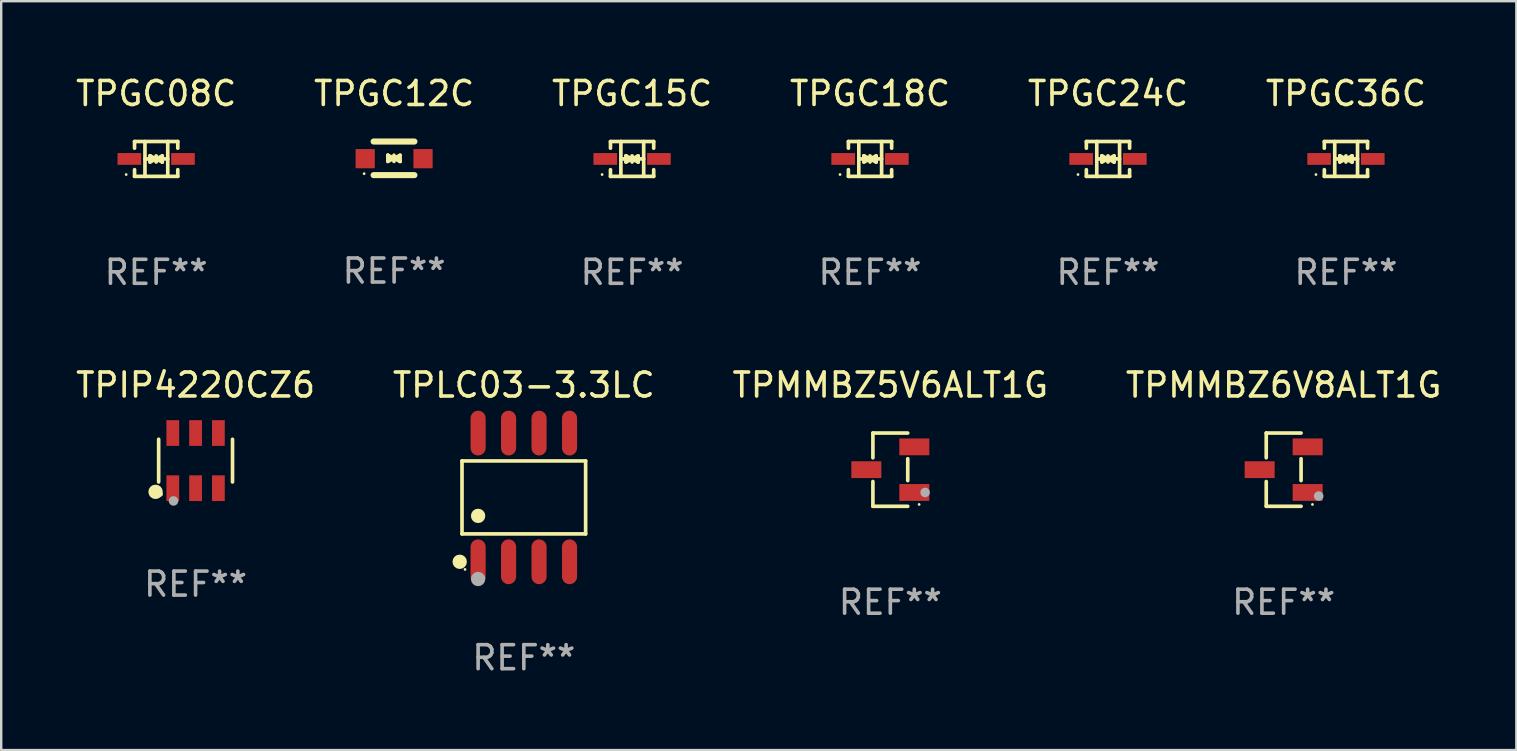
<source format=kicad_pcb>
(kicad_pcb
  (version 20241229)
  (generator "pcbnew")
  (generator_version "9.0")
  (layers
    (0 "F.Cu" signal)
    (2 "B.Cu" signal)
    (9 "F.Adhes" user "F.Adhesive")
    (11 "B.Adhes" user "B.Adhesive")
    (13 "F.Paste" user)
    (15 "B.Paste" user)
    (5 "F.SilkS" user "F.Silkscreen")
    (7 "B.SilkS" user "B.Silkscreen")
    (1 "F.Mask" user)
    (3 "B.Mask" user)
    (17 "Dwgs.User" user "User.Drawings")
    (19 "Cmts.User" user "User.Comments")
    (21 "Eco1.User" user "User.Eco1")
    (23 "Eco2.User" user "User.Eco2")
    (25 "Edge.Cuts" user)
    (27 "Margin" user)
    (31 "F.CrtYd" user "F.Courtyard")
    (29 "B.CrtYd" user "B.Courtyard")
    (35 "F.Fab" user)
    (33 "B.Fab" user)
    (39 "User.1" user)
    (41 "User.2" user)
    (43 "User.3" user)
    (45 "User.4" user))
  (footprint "TPGC36C"
    (layer "F.Cu")
    (at 53.042 3.574)
    (property "Reference" "TPGC36C" (at 0 -2.726 0) (layer "F.SilkS") (effects (font (size 1 1) (thickness 0.15))))
    (attr through_hole)
    (fp_line (start -0.901 -0.726) (end -0.901 -0.448) (stroke (width 0.152) (type solid)) (layer "F.SilkS"))
    (fp_line (start -0.901 0.726) (end -0.901 0.448) (stroke (width 0.152) (type solid)) (layer "F.SilkS"))
    (fp_line (start -0.467 0) (end 0.483 -0.003) (stroke (width 0.154) (type solid)) (layer "F.SilkS"))
    (fp_line (start -0.467 0.726) (end -0.467 -0.726) (stroke (width 0.152) (type solid)) (layer "F.SilkS"))
    (fp_line (start -0.254 -0.127) (end -0.254 -0.127) (stroke (width 0.154) (type solid)) (layer "F.SilkS"))
    (fp_line (start -0.254 -0.127) (end -0.002 -0.003) (stroke (width 0.154) (type solid)) (layer "F.SilkS"))
    (fp_line (start -0.254 0.127) (end -0.254 -0.127) (stroke (width 0.154) (type solid)) (layer "F.SilkS"))
    (fp_line (start -0.127 0) (end 0.003 0) (stroke (width 0.154) (type solid)) (layer "F.SilkS"))
    (fp_line (start -0.003 0) (end -0.254 0.127) (stroke (width 0.154) (type solid)) (layer "F.SilkS"))
    (fp_line (start 0 -0.127) (end 0 0.127) (stroke (width 0.154) (type solid)) (layer "F.SilkS"))
    (fp_line (start 0.003 0) (end 0.254 -0.127) (stroke (width 0.154) (type solid)) (layer "F.SilkS"))
    (fp_line (start 0.127 0) (end -0.003 0) (stroke (width 0.154) (type solid)) (layer "F.SilkS"))
    (fp_line (start 0.254 -0.127) (end 0.254 0.127) (stroke (width 0.154) (type solid)) (layer "F.SilkS"))
    (fp_line (start 0.254 0.127) (end 0.002 0.003) (stroke (width 0.154) (type solid)) (layer "F.SilkS"))
    (fp_line (start 0.254 0.127) (end 0.254 0.127) (stroke (width 0.154) (type solid)) (layer "F.SilkS"))
    (fp_line (start 0.483 0.726) (end 0.483 -0.726) (stroke (width 0.152) (type solid)) (layer "F.SilkS"))
    (fp_line (start 0.901 -0.726) (end -0.901 -0.726) (stroke (width 0.152) (type solid)) (layer "F.SilkS"))
    (fp_line (start 0.901 -0.726) (end 0.901 -0.448) (stroke (width 0.152) (type solid)) (layer "F.SilkS"))
    (fp_line (start 0.901 0.726) (end -0.901 0.726) (stroke (width 0.152) (type solid)) (layer "F.SilkS"))
    (fp_line (start 0.901 0.726) (end 0.901 0.448) (stroke (width 0.152) (type solid)) (layer "F.SilkS"))
    (fp_circle (center -1.25 0.65) (end -1.22 0.65) (stroke (width 0.06) (type solid)) (fill no) (layer "F.SilkS"))
    (fp_text user "REF**" (at 0 4.726 0) (layer "F.Fab") (effects (font (size 1 1) (thickness 0.15))))
    (pad "1" smd rect (at -1.118 0) (size 0.985 0.49) (layers "F.Cu" "F.Mask" "F.Paste"))
    (pad "2" smd rect (at 1.118 0) (size 0.985 0.49) (layers "F.Cu" "F.Mask" "F.Paste")))
  (footprint "TPLC03-3.3LC"
    (layer "F.Cu")
    (at 18.78 17.68)
    (property "Reference" "TPLC03-3.3LC" (at 0 -4.682 0) (layer "F.SilkS") (effects (font (size 1 1) (thickness 0.15))))
    (attr through_hole)
    (fp_line (start -2.576 -1.521) (end 2.576 -1.521) (stroke (width 0.152) (type solid)) (layer "F.SilkS"))
    (fp_line (start -2.576 1.521) (end -2.576 -1.521) (stroke (width 0.152) (type solid)) (layer "F.SilkS"))
    (fp_line (start 2.576 -1.521) (end 2.576 1.521) (stroke (width 0.152) (type solid)) (layer "F.SilkS"))
    (fp_line (start 2.576 1.521) (end -2.576 1.521) (stroke (width 0.152) (type solid)) (layer "F.SilkS"))
    (fp_circle (center -2.672 2.682) (end -2.522 2.682) (stroke (width 0.3) (type solid)) (fill no) (layer "F.SilkS"))
    (fp_circle (center -2.45 3) (end -2.42 3) (stroke (width 0.06) (type solid)) (fill no) (layer "F.SilkS"))
    (fp_circle (center -1.905 0.769) (end -1.755 0.769) (stroke (width 0.3) (type solid)) (fill no) (layer "F.SilkS"))
    (fp_circle (center -1.905 3.4) (end -1.755 3.4) (stroke (width 0.3) (type solid)) (fill no) (layer "F.Fab"))
    (fp_text user "REF**" (at 0 6.682 0) (layer "F.Fab") (effects (font (size 1 1) (thickness 0.15))))
    (pad "1" smd oval (at -1.905 2.682) (size 0.63 1.865) (layers "F.Cu" "F.Mask" "F.Paste"))
    (pad "2" smd oval (at -0.635 2.682) (size 0.63 1.865) (layers "F.Cu" "F.Mask" "F.Paste"))
    (pad "3" smd oval (at 0.635 2.682) (size 0.63 1.865) (layers "F.Cu" "F.Mask" "F.Paste"))
    (pad "4" smd oval (at 1.905 2.682) (size 0.63 1.865) (layers "F.Cu" "F.Mask" "F.Paste"))
    (pad "5" smd oval (at 1.905 -2.682) (size 0.63 1.865) (layers "F.Cu" "F.Mask" "F.Paste"))
    (pad "6" smd oval (at 0.635 -2.682) (size 0.63 1.865) (layers "F.Cu" "F.Mask" "F.Paste"))
    (pad "7" smd oval (at -0.635 -2.682) (size 0.63 1.865) (layers "F.Cu" "F.Mask" "F.Paste"))
    (pad "8" smd oval (at -1.905 -2.682) (size 0.63 1.865) (layers "F.Cu" "F.Mask" "F.Paste")))
  (footprint "TPGC24C"
    (layer "F.Cu")
    (at 43.125 3.574)
    (property "Reference" "TPGC24C" (at 0 -2.726 0) (layer "F.SilkS") (effects (font (size 1 1) (thickness 0.15))))
    (attr through_hole)
    (fp_line (start -0.901 -0.726) (end -0.901 -0.448) (stroke (width 0.152) (type solid)) (layer "F.SilkS"))
    (fp_line (start -0.901 0.726) (end -0.901 0.448) (stroke (width 0.152) (type solid)) (layer "F.SilkS"))
    (fp_line (start -0.467 0) (end 0.483 -0.003) (stroke (width 0.154) (type solid)) (layer "F.SilkS"))
    (fp_line (start -0.467 0.726) (end -0.467 -0.726) (stroke (width 0.152) (type solid)) (layer "F.SilkS"))
    (fp_line (start -0.254 -0.127) (end -0.254 -0.127) (stroke (width 0.154) (type solid)) (layer "F.SilkS"))
    (fp_line (start -0.254 -0.127) (end -0.002 -0.003) (stroke (width 0.154) (type solid)) (layer "F.SilkS"))
    (fp_line (start -0.254 0.127) (end -0.254 -0.127) (stroke (width 0.154) (type solid)) (layer "F.SilkS"))
    (fp_line (start -0.127 0) (end 0.003 0) (stroke (width 0.154) (type solid)) (layer "F.SilkS"))
    (fp_line (start -0.003 0) (end -0.254 0.127) (stroke (width 0.154) (type solid)) (layer "F.SilkS"))
    (fp_line (start 0 -0.127) (end 0 0.127) (stroke (width 0.154) (type solid)) (layer "F.SilkS"))
    (fp_line (start 0.003 0) (end 0.254 -0.127) (stroke (width 0.154) (type solid)) (layer "F.SilkS"))
    (fp_line (start 0.127 0) (end -0.003 0) (stroke (width 0.154) (type solid)) (layer "F.SilkS"))
    (fp_line (start 0.254 -0.127) (end 0.254 0.127) (stroke (width 0.154) (type solid)) (layer "F.SilkS"))
    (fp_line (start 0.254 0.127) (end 0.002 0.003) (stroke (width 0.154) (type solid)) (layer "F.SilkS"))
    (fp_line (start 0.254 0.127) (end 0.254 0.127) (stroke (width 0.154) (type solid)) (layer "F.SilkS"))
    (fp_line (start 0.483 0.726) (end 0.483 -0.726) (stroke (width 0.152) (type solid)) (layer "F.SilkS"))
    (fp_line (start 0.901 -0.726) (end -0.901 -0.726) (stroke (width 0.152) (type solid)) (layer "F.SilkS"))
    (fp_line (start 0.901 -0.726) (end 0.901 -0.448) (stroke (width 0.152) (type solid)) (layer "F.SilkS"))
    (fp_line (start 0.901 0.726) (end -0.901 0.726) (stroke (width 0.152) (type solid)) (layer "F.SilkS"))
    (fp_line (start 0.901 0.726) (end 0.901 0.448) (stroke (width 0.152) (type solid)) (layer "F.SilkS"))
    (fp_circle (center -1.25 0.65) (end -1.22 0.65) (stroke (width 0.06) (type solid)) (fill no) (layer "F.SilkS"))
    (fp_text user "REF**" (at 0 4.726 0) (layer "F.Fab") (effects (font (size 1 1) (thickness 0.15))))
    (pad "1" smd rect (at -1.118 0) (size 0.985 0.49) (layers "F.Cu" "F.Mask" "F.Paste"))
    (pad "2" smd rect (at 1.118 0) (size 0.985 0.49) (layers "F.Cu" "F.Mask" "F.Paste")))
  (footprint "TPGC18C"
    (layer "F.Cu")
    (at 33.208 3.574)
    (property "Reference" "TPGC18C" (at 0 -2.726 0) (layer "F.SilkS") (effects (font (size 1 1) (thickness 0.15))))
    (attr through_hole)
    (fp_line (start -0.901 -0.726) (end -0.901 -0.448) (stroke (width 0.152) (type solid)) (layer "F.SilkS"))
    (fp_line (start -0.901 0.726) (end -0.901 0.448) (stroke (width 0.152) (type solid)) (layer "F.SilkS"))
    (fp_line (start -0.467 0) (end 0.483 -0.003) (stroke (width 0.154) (type solid)) (layer "F.SilkS"))
    (fp_line (start -0.467 0.726) (end -0.467 -0.726) (stroke (width 0.152) (type solid)) (layer "F.SilkS"))
    (fp_line (start -0.254 -0.127) (end -0.254 -0.127) (stroke (width 0.154) (type solid)) (layer "F.SilkS"))
    (fp_line (start -0.254 -0.127) (end -0.002 -0.003) (stroke (width 0.154) (type solid)) (layer "F.SilkS"))
    (fp_line (start -0.254 0.127) (end -0.254 -0.127) (stroke (width 0.154) (type solid)) (layer "F.SilkS"))
    (fp_line (start -0.127 0) (end 0.003 0) (stroke (width 0.154) (type solid)) (layer "F.SilkS"))
    (fp_line (start -0.003 0) (end -0.254 0.127) (stroke (width 0.154) (type solid)) (layer "F.SilkS"))
    (fp_line (start 0 -0.127) (end 0 0.127) (stroke (width 0.154) (type solid)) (layer "F.SilkS"))
    (fp_line (start 0.003 0) (end 0.254 -0.127) (stroke (width 0.154) (type solid)) (layer "F.SilkS"))
    (fp_line (start 0.127 0) (end -0.003 0) (stroke (width 0.154) (type solid)) (layer "F.SilkS"))
    (fp_line (start 0.254 -0.127) (end 0.254 0.127) (stroke (width 0.154) (type solid)) (layer "F.SilkS"))
    (fp_line (start 0.254 0.127) (end 0.002 0.003) (stroke (width 0.154) (type solid)) (layer "F.SilkS"))
    (fp_line (start 0.254 0.127) (end 0.254 0.127) (stroke (width 0.154) (type solid)) (layer "F.SilkS"))
    (fp_line (start 0.483 0.726) (end 0.483 -0.726) (stroke (width 0.152) (type solid)) (layer "F.SilkS"))
    (fp_line (start 0.901 -0.726) (end -0.901 -0.726) (stroke (width 0.152) (type solid)) (layer "F.SilkS"))
    (fp_line (start 0.901 -0.726) (end 0.901 -0.448) (stroke (width 0.152) (type solid)) (layer "F.SilkS"))
    (fp_line (start 0.901 0.726) (end -0.901 0.726) (stroke (width 0.152) (type solid)) (layer "F.SilkS"))
    (fp_line (start 0.901 0.726) (end 0.901 0.448) (stroke (width 0.152) (type solid)) (layer "F.SilkS"))
    (fp_circle (center -1.25 0.65) (end -1.22 0.65) (stroke (width 0.06) (type solid)) (fill no) (layer "F.SilkS"))
    (fp_text user "REF**" (at 0 4.726 0) (layer "F.Fab") (effects (font (size 1 1) (thickness 0.15))))
    (pad "1" smd rect (at -1.118 0) (size 0.985 0.49) (layers "F.Cu" "F.Mask" "F.Paste"))
    (pad "2" smd rect (at 1.118 0) (size 0.985 0.49) (layers "F.Cu" "F.Mask" "F.Paste")))
  (footprint "TPIP4220CZ6"
    (layer "F.Cu")
    (at 5.101 16.146)
    (property "Reference" "TPIP4220CZ6" (at 0 -3.149 0) (layer "F.SilkS") (effects (font (size 1 1) (thickness 0.15))))
    (attr through_hole)
    (fp_line (start -1.539 0.889) (end -1.539 -0.889) (stroke (width 0.152) (type solid)) (layer "F.SilkS"))
    (fp_line (start 1.539 0.889) (end 1.539 -0.889) (stroke (width 0.152) (type solid)) (layer "F.SilkS"))
    (fp_circle (center -1.668 1.301) (end -1.518 1.301) (stroke (width 0.3) (type solid)) (fill no) (layer "F.SilkS"))
    (fp_circle (center -1.463 1.4) (end -1.413 1.4) (stroke (width 0.1) (type solid)) (fill no) (layer "F.SilkS"))
    (fp_circle (center -0.92 1.68) (end -0.82 1.68) (stroke (width 0.2) (type solid)) (fill no) (layer "F.Fab"))
    (fp_text user "REF**" (at 0 5.149 0) (layer "F.Fab") (effects (font (size 1 1) (thickness 0.15))))
    (pad "1" smd rect (at -0.95 1.149) (size 0.532 1.072) (layers "F.Cu" "F.Mask" "F.Paste"))
    (pad "2" smd rect (at 0 1.149) (size 0.532 1.072) (layers "F.Cu" "F.Mask" "F.Paste"))
    (pad "3" smd rect (at 0.95 1.149) (size 0.532 1.072) (layers "F.Cu" "F.Mask" "F.Paste"))
    (pad "4" smd rect (at 0.95 -1.149) (size 0.532 1.072) (layers "F.Cu" "F.Mask" "F.Paste"))
    (pad "5" smd rect (at 0 -1.149) (size 0.532 1.072) (layers "F.Cu" "F.Mask" "F.Paste"))
    (pad "6" smd rect (at -0.95 -1.149) (size 0.532 1.072) (layers "F.Cu" "F.Mask" "F.Paste")))
  (footprint "TPGC15C"
    (layer "F.Cu")
    (at 23.292 3.574)
    (property "Reference" "TPGC15C" (at 0 -2.726 0) (layer "F.SilkS") (effects (font (size 1 1) (thickness 0.15))))
    (attr through_hole)
    (fp_line (start -0.901 -0.726) (end -0.901 -0.448) (stroke (width 0.152) (type solid)) (layer "F.SilkS"))
    (fp_line (start -0.901 0.726) (end -0.901 0.448) (stroke (width 0.152) (type solid)) (layer "F.SilkS"))
    (fp_line (start -0.467 0) (end 0.483 -0.003) (stroke (width 0.154) (type solid)) (layer "F.SilkS"))
    (fp_line (start -0.467 0.726) (end -0.467 -0.726) (stroke (width 0.152) (type solid)) (layer "F.SilkS"))
    (fp_line (start -0.254 -0.127) (end -0.254 -0.127) (stroke (width 0.154) (type solid)) (layer "F.SilkS"))
    (fp_line (start -0.254 -0.127) (end -0.002 -0.003) (stroke (width 0.154) (type solid)) (layer "F.SilkS"))
    (fp_line (start -0.254 0.127) (end -0.254 -0.127) (stroke (width 0.154) (type solid)) (layer "F.SilkS"))
    (fp_line (start -0.127 0) (end 0.003 0) (stroke (width 0.154) (type solid)) (layer "F.SilkS"))
    (fp_line (start -0.003 0) (end -0.254 0.127) (stroke (width 0.154) (type solid)) (layer "F.SilkS"))
    (fp_line (start 0 -0.127) (end 0 0.127) (stroke (width 0.154) (type solid)) (layer "F.SilkS"))
    (fp_line (start 0.003 0) (end 0.254 -0.127) (stroke (width 0.154) (type solid)) (layer "F.SilkS"))
    (fp_line (start 0.127 0) (end -0.003 0) (stroke (width 0.154) (type solid)) (layer "F.SilkS"))
    (fp_line (start 0.254 -0.127) (end 0.254 0.127) (stroke (width 0.154) (type solid)) (layer "F.SilkS"))
    (fp_line (start 0.254 0.127) (end 0.002 0.003) (stroke (width 0.154) (type solid)) (layer "F.SilkS"))
    (fp_line (start 0.254 0.127) (end 0.254 0.127) (stroke (width 0.154) (type solid)) (layer "F.SilkS"))
    (fp_line (start 0.483 0.726) (end 0.483 -0.726) (stroke (width 0.152) (type solid)) (layer "F.SilkS"))
    (fp_line (start 0.901 -0.726) (end -0.901 -0.726) (stroke (width 0.152) (type solid)) (layer "F.SilkS"))
    (fp_line (start 0.901 -0.726) (end 0.901 -0.448) (stroke (width 0.152) (type solid)) (layer "F.SilkS"))
    (fp_line (start 0.901 0.726) (end -0.901 0.726) (stroke (width 0.152) (type solid)) (layer "F.SilkS"))
    (fp_line (start 0.901 0.726) (end 0.901 0.448) (stroke (width 0.152) (type solid)) (layer "F.SilkS"))
    (fp_circle (center -1.25 0.65) (end -1.22 0.65) (stroke (width 0.06) (type solid)) (fill no) (layer "F.SilkS"))
    (fp_text user "REF**" (at 0 4.726 0) (layer "F.Fab") (effects (font (size 1 1) (thickness 0.15))))
    (pad "1" smd rect (at -1.118 0) (size 0.985 0.49) (layers "F.Cu" "F.Mask" "F.Paste"))
    (pad "2" smd rect (at 1.118 0) (size 0.985 0.49) (layers "F.Cu" "F.Mask" "F.Paste")))
  (footprint "TPMMBZ6V8ALT1G"
    (layer "F.Cu")
    (at 50.446 16.523)
    (property "Reference" "TPMMBZ6V8ALT1G" (at 0 -3.526 0) (layer "F.SilkS") (effects (font (size 1 1) (thickness 0.15))))
    (attr through_hole)
    (fp_line (start -0.726 -1.526) (end -0.726 -0.495) (stroke (width 0.152) (type solid)) (layer "F.SilkS"))
    (fp_line (start -0.726 1.526) (end -0.726 0.495) (stroke (width 0.152) (type solid)) (layer "F.SilkS"))
    (fp_line (start 0.726 -1.526) (end -0.726 -1.526) (stroke (width 0.152) (type solid)) (layer "F.SilkS"))
    (fp_line (start 0.726 -0.455) (end 0.726 0.455) (stroke (width 0.152) (type solid)) (layer "F.SilkS"))
    (fp_line (start 0.726 1.526) (end -0.726 1.526) (stroke (width 0.152) (type solid)) (layer "F.SilkS"))
    (fp_circle (center 1.2 1.45) (end 1.23 1.45) (stroke (width 0.06) (type solid)) (fill no) (layer "F.SilkS"))
    (fp_circle (center 1.46 1.1) (end 1.56 1.1) (stroke (width 0.2) (type solid)) (fill no) (layer "F.Fab"))
    (fp_text user "REF**" (at 0 5.526 0) (layer "F.Fab") (effects (font (size 1 1) (thickness 0.15))))
    (pad "1" smd rect (at 1 0.95) (size 1.25 0.7) (layers "F.Cu" "F.Mask" "F.Paste"))
    (pad "2" smd rect (at 1 -0.95) (size 1.25 0.7) (layers "F.Cu" "F.Mask" "F.Paste"))
    (pad "3" smd rect (at -1 0) (size 1.25 0.7) (layers "F.Cu" "F.Mask" "F.Paste")))
  (footprint "TPGC08C"
    (layer "F.Cu")
    (at 3.458 3.574)
    (property "Reference" "TPGC08C" (at 0 -2.726 0) (layer "F.SilkS") (effects (font (size 1 1) (thickness 0.15))))
    (attr through_hole)
    (fp_line (start -0.901 -0.726) (end -0.901 -0.448) (stroke (width 0.152) (type solid)) (layer "F.SilkS"))
    (fp_line (start -0.901 0.726) (end -0.901 0.448) (stroke (width 0.152) (type solid)) (layer "F.SilkS"))
    (fp_line (start -0.467 0) (end 0.483 -0.003) (stroke (width 0.154) (type solid)) (layer "F.SilkS"))
    (fp_line (start -0.467 0.726) (end -0.467 -0.726) (stroke (width 0.152) (type solid)) (layer "F.SilkS"))
    (fp_line (start -0.254 -0.127) (end -0.254 -0.127) (stroke (width 0.154) (type solid)) (layer "F.SilkS"))
    (fp_line (start -0.254 -0.127) (end -0.002 -0.003) (stroke (width 0.154) (type solid)) (layer "F.SilkS"))
    (fp_line (start -0.254 0.127) (end -0.254 -0.127) (stroke (width 0.154) (type solid)) (layer "F.SilkS"))
    (fp_line (start -0.127 0) (end 0.003 0) (stroke (width 0.154) (type solid)) (layer "F.SilkS"))
    (fp_line (start -0.003 0) (end -0.254 0.127) (stroke (width 0.154) (type solid)) (layer "F.SilkS"))
    (fp_line (start 0 -0.127) (end 0 0.127) (stroke (width 0.154) (type solid)) (layer "F.SilkS"))
    (fp_line (start 0.003 0) (end 0.254 -0.127) (stroke (width 0.154) (type solid)) (layer "F.SilkS"))
    (fp_line (start 0.127 0) (end -0.003 0) (stroke (width 0.154) (type solid)) (layer "F.SilkS"))
    (fp_line (start 0.254 -0.127) (end 0.254 0.127) (stroke (width 0.154) (type solid)) (layer "F.SilkS"))
    (fp_line (start 0.254 0.127) (end 0.002 0.003) (stroke (width 0.154) (type solid)) (layer "F.SilkS"))
    (fp_line (start 0.254 0.127) (end 0.254 0.127) (stroke (width 0.154) (type solid)) (layer "F.SilkS"))
    (fp_line (start 0.483 0.726) (end 0.483 -0.726) (stroke (width 0.152) (type solid)) (layer "F.SilkS"))
    (fp_line (start 0.901 -0.726) (end -0.901 -0.726) (stroke (width 0.152) (type solid)) (layer "F.SilkS"))
    (fp_line (start 0.901 -0.726) (end 0.901 -0.448) (stroke (width 0.152) (type solid)) (layer "F.SilkS"))
    (fp_line (start 0.901 0.726) (end -0.901 0.726) (stroke (width 0.152) (type solid)) (layer "F.SilkS"))
    (fp_line (start 0.901 0.726) (end 0.901 0.448) (stroke (width 0.152) (type solid)) (layer "F.SilkS"))
    (fp_circle (center -1.25 0.65) (end -1.22 0.65) (stroke (width 0.06) (type solid)) (fill no) (layer "F.SilkS"))
    (fp_text user "REF**" (at 0 4.726 0) (layer "F.Fab") (effects (font (size 1 1) (thickness 0.15))))
    (pad "1" smd rect (at -1.118 0) (size 0.985 0.49) (layers "F.Cu" "F.Mask" "F.Paste"))
    (pad "2" smd rect (at 1.118 0) (size 0.985 0.49) (layers "F.Cu" "F.Mask" "F.Paste")))
  (footprint "TPGC12C"
    (layer "F.Cu")
    (at 13.375 3.548)
    (property "Reference" "TPGC12C" (at 0 -2.7 0) (layer "F.SilkS") (effects (font (size 1 1) (thickness 0.15))))
    (attr through_hole)
    (fp_line (start -0.855 -0.7) (end 0.845 -0.7) (stroke (width 0.254) (type solid)) (layer "F.SilkS"))
    (fp_line (start -0.855 0.7) (end 0.845 0.7) (stroke (width 0.254) (type solid)) (layer "F.SilkS"))
    (fp_line (start -0.26 -0.127) (end -0.26 -0.127) (stroke (width 0.154) (type solid)) (layer "F.SilkS"))
    (fp_line (start -0.26 -0.127) (end -0.008 -0.003) (stroke (width 0.154) (type solid)) (layer "F.SilkS"))
    (fp_line (start -0.26 0.127) (end -0.26 -0.127) (stroke (width 0.154) (type solid)) (layer "F.SilkS"))
    (fp_line (start -0.133 0.000483) (end -0.003 0.000483) (stroke (width 0.154) (type solid)) (layer "F.SilkS"))
    (fp_line (start -0.009 0.000483) (end -0.26 0.127) (stroke (width 0.154) (type solid)) (layer "F.SilkS"))
    (fp_line (start -0.006 -0.127) (end -0.006 0.127) (stroke (width 0.154) (type solid)) (layer "F.SilkS"))
    (fp_line (start -0.003 0.000483) (end 0.248 -0.127) (stroke (width 0.154) (type solid)) (layer "F.SilkS"))
    (fp_line (start 0.121 0.000483) (end -0.009 0.000483) (stroke (width 0.154) (type solid)) (layer "F.SilkS"))
    (fp_line (start 0.248 -0.127) (end 0.248 0.127) (stroke (width 0.154) (type solid)) (layer "F.SilkS"))
    (fp_line (start 0.248 0.127) (end -0.004 0.004) (stroke (width 0.154) (type solid)) (layer "F.SilkS"))
    (fp_line (start 0.248 0.127) (end 0.248 0.127) (stroke (width 0.154) (type solid)) (layer "F.SilkS"))
    (fp_circle (center -1.25 0.64) (end -1.22 0.64) (stroke (width 0.06) (type solid)) (fill no) (layer "F.SilkS"))
    (fp_text user "REF**" (at 0 4.7 0) (layer "F.Fab") (effects (font (size 1 1) (thickness 0.15))))
    (pad "1" smd rect (at -1.205 0.015) (size 0.8 0.8) (layers "F.Cu" "F.Mask" "F.Paste"))
    (pad "2" smd rect (at 1.205 0.015) (size 0.8 0.8) (layers "F.Cu" "F.Mask" "F.Paste")))
  (footprint "TPMMBZ5V6ALT1G"
    (layer "F.Cu")
    (at 34.054 16.523)
    (property "Reference" "TPMMBZ5V6ALT1G" (at 0 -3.526 0) (layer "F.SilkS") (effects (font (size 1 1) (thickness 0.15))))
    (attr through_hole)
    (fp_line (start -0.726 -1.526) (end -0.726 -0.495) (stroke (width 0.152) (type solid)) (layer "F.SilkS"))
    (fp_line (start -0.726 1.526) (end -0.726 0.495) (stroke (width 0.152) (type solid)) (layer "F.SilkS"))
    (fp_line (start 0.726 -1.526) (end -0.726 -1.526) (stroke (width 0.152) (type solid)) (layer "F.SilkS"))
    (fp_line (start 0.726 -0.455) (end 0.726 0.455) (stroke (width 0.152) (type solid)) (layer "F.SilkS"))
    (fp_line (start 0.726 1.526) (end -0.726 1.526) (stroke (width 0.152) (type solid)) (layer "F.SilkS"))
    (fp_circle (center 1.2 1.45) (end 1.23 1.45) (stroke (width 0.06) (type solid)) (fill no) (layer "F.SilkS"))
    (fp_circle (center 1.45 0.95) (end 1.55 0.95) (stroke (width 0.2) (type solid)) (fill no) (layer "F.Fab"))
    (fp_text user "REF**" (at 0 5.526 0) (layer "F.Fab") (effects (font (size 1 1) (thickness 0.15))))
    (pad "1" smd rect (at 1 0.95) (size 1.25 0.7) (layers "F.Cu" "F.Mask" "F.Paste"))
    (pad "2" smd rect (at 1 -0.95) (size 1.25 0.7) (layers "F.Cu" "F.Mask" "F.Paste"))
    (pad "3" smd rect (at -1 0) (size 1.25 0.7) (layers "F.Cu" "F.Mask" "F.Paste")))
  (gr_rect
    (start -3 -3)
    (end 60.143 28.21)
    (stroke (width 0.1) (type default))
    (fill no)
    (layer "Edge.Cuts")))
</source>
